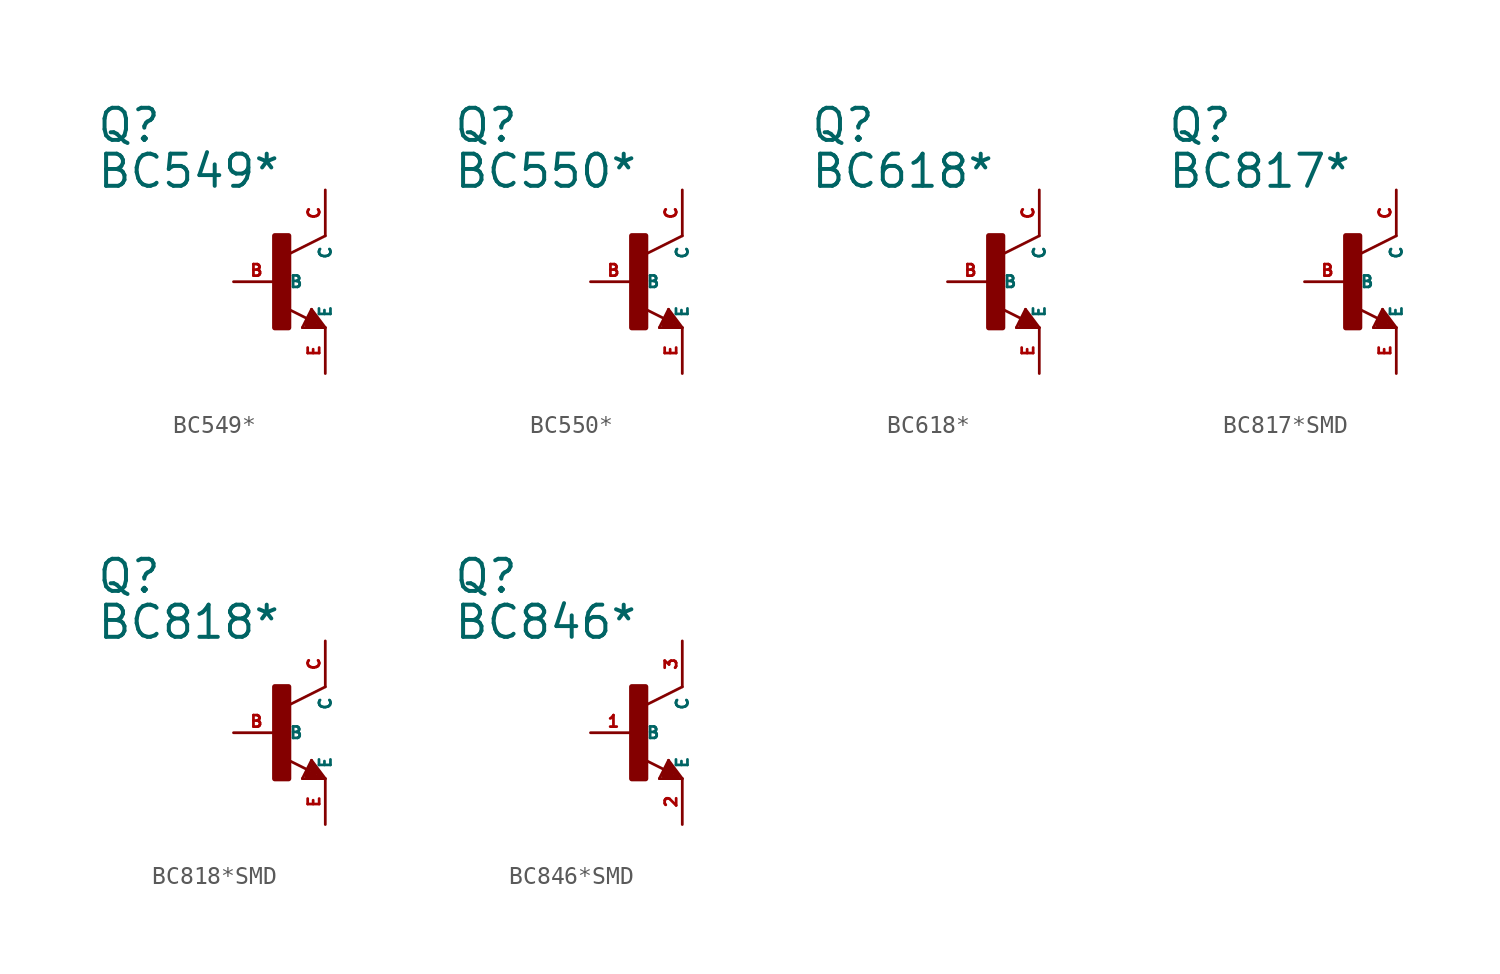
<source format=kicad_sym>
(kicad_symbol_lib
  (version 20220914)
  (generator Eagle2Kicad)
  (symbol "BC549*"
    (property "Reference" "Q"
      (at -10.16 7.62 0)
      (effects (font (size 1.778 1.778) (thickness 0.22)) (justify left bottom)))
    (property "Value" "BC549*"
      (at -10.16 5.08 0)
      (effects (font (size 1.778 1.778) (thickness 0.22)) (justify left bottom)))
    (polyline
      (pts (xy 2.54 2.54) (xy 0.508 1.524))
      (stroke (width 0.152) (type default))
      (fill (type none)))
    (polyline
      (pts (xy 1.778 -1.524) (xy 2.54 -2.54))
      (stroke (width 0.152) (type default))
      (fill (type none)))
    (polyline
      (pts (xy 2.54 -2.54) (xy 1.27 -2.54))
      (stroke (width 0.152) (type default))
      (fill (type none)))
    (polyline
      (pts (xy 1.27 -2.54) (xy 1.778 -1.524))
      (stroke (width 0.152) (type default))
      (fill (type none)))
    (polyline
      (pts (xy 1.54 -2.04) (xy 0.308 -1.424))
      (stroke (width 0.152) (type default))
      (fill (type none)))
    (polyline
      (pts (xy 1.524 -2.413) (xy 2.286 -2.413))
      (stroke (width 0.254) (type default))
      (fill (type none)))
    (polyline
      (pts (xy 2.286 -2.413) (xy 1.778 -1.778))
      (stroke (width 0.254) (type default))
      (fill (type none)))
    (polyline
      (pts (xy 1.778 -1.778) (xy 1.524 -2.286))
      (stroke (width 0.254) (type default))
      (fill (type none)))
    (polyline
      (pts (xy 1.524 -2.286) (xy 1.905 -2.286))
      (stroke (width 0.254) (type default))
      (fill (type none)))
    (polyline
      (pts (xy 1.905 -2.286) (xy 1.778 -2.032))
      (stroke (width 0.254) (type default))
      (fill (type none)))
    (rectangle
      (start -0.254 -2.54)
      (end 0.508 2.54)
      (stroke (width 0.3) (type default))
      (fill (type outline)))
    (pin passive line
      (at -2.54 0 0)
      (length 2.54)
      (name "B" (effects (font (size 0.635 0.635) (thickness 0.08)) (justify left bottom)))
      (number "B" (effects (font (size 0.635 0.635) (thickness 0.08)) (justify left bottom))))
    (pin passive line
      (at 2.54 -5.08 90)
      (length 2.54)
      (name "E" (effects (font (size 0.635 0.635) (thickness 0.08)) (justify left bottom)))
      (number "E" (effects (font (size 0.635 0.635) (thickness 0.08)) (justify left bottom))))
    (pin passive line
      (at 2.54 5.08 270)
      (length 2.54)
      (name "C" (effects (font (size 0.635 0.635) (thickness 0.08)) (justify left bottom)))
      (number "C" (effects (font (size 0.635 0.635) (thickness 0.08)) (justify left bottom)))))
  (symbol "BC550*"
    (property "Reference" "Q"
      (at -10.16 7.62 0)
      (effects (font (size 1.778 1.778) (thickness 0.22)) (justify left bottom)))
    (property "Value" "BC550*"
      (at -10.16 5.08 0)
      (effects (font (size 1.778 1.778) (thickness 0.22)) (justify left bottom)))
    (polyline
      (pts (xy 2.54 2.54) (xy 0.508 1.524))
      (stroke (width 0.152) (type default))
      (fill (type none)))
    (polyline
      (pts (xy 1.778 -1.524) (xy 2.54 -2.54))
      (stroke (width 0.152) (type default))
      (fill (type none)))
    (polyline
      (pts (xy 2.54 -2.54) (xy 1.27 -2.54))
      (stroke (width 0.152) (type default))
      (fill (type none)))
    (polyline
      (pts (xy 1.27 -2.54) (xy 1.778 -1.524))
      (stroke (width 0.152) (type default))
      (fill (type none)))
    (polyline
      (pts (xy 1.54 -2.04) (xy 0.308 -1.424))
      (stroke (width 0.152) (type default))
      (fill (type none)))
    (polyline
      (pts (xy 1.524 -2.413) (xy 2.286 -2.413))
      (stroke (width 0.254) (type default))
      (fill (type none)))
    (polyline
      (pts (xy 2.286 -2.413) (xy 1.778 -1.778))
      (stroke (width 0.254) (type default))
      (fill (type none)))
    (polyline
      (pts (xy 1.778 -1.778) (xy 1.524 -2.286))
      (stroke (width 0.254) (type default))
      (fill (type none)))
    (polyline
      (pts (xy 1.524 -2.286) (xy 1.905 -2.286))
      (stroke (width 0.254) (type default))
      (fill (type none)))
    (polyline
      (pts (xy 1.905 -2.286) (xy 1.778 -2.032))
      (stroke (width 0.254) (type default))
      (fill (type none)))
    (rectangle
      (start -0.254 -2.54)
      (end 0.508 2.54)
      (stroke (width 0.3) (type default))
      (fill (type outline)))
    (pin passive line
      (at -2.54 0 0)
      (length 2.54)
      (name "B" (effects (font (size 0.635 0.635) (thickness 0.08)) (justify left bottom)))
      (number "B" (effects (font (size 0.635 0.635) (thickness 0.08)) (justify left bottom))))
    (pin passive line
      (at 2.54 -5.08 90)
      (length 2.54)
      (name "E" (effects (font (size 0.635 0.635) (thickness 0.08)) (justify left bottom)))
      (number "E" (effects (font (size 0.635 0.635) (thickness 0.08)) (justify left bottom))))
    (pin passive line
      (at 2.54 5.08 270)
      (length 2.54)
      (name "C" (effects (font (size 0.635 0.635) (thickness 0.08)) (justify left bottom)))
      (number "C" (effects (font (size 0.635 0.635) (thickness 0.08)) (justify left bottom)))))
  (symbol "BC618*"
    (property "Reference" "Q"
      (at -10.16 7.62 0)
      (effects (font (size 1.778 1.778) (thickness 0.22)) (justify left bottom)))
    (property "Value" "BC618*"
      (at -10.16 5.08 0)
      (effects (font (size 1.778 1.778) (thickness 0.22)) (justify left bottom)))
    (polyline
      (pts (xy 2.54 2.54) (xy 0.508 1.524))
      (stroke (width 0.152) (type default))
      (fill (type none)))
    (polyline
      (pts (xy 1.778 -1.524) (xy 2.54 -2.54))
      (stroke (width 0.152) (type default))
      (fill (type none)))
    (polyline
      (pts (xy 2.54 -2.54) (xy 1.27 -2.54))
      (stroke (width 0.152) (type default))
      (fill (type none)))
    (polyline
      (pts (xy 1.27 -2.54) (xy 1.778 -1.524))
      (stroke (width 0.152) (type default))
      (fill (type none)))
    (polyline
      (pts (xy 1.54 -2.04) (xy 0.308 -1.424))
      (stroke (width 0.152) (type default))
      (fill (type none)))
    (polyline
      (pts (xy 1.524 -2.413) (xy 2.286 -2.413))
      (stroke (width 0.254) (type default))
      (fill (type none)))
    (polyline
      (pts (xy 2.286 -2.413) (xy 1.778 -1.778))
      (stroke (width 0.254) (type default))
      (fill (type none)))
    (polyline
      (pts (xy 1.778 -1.778) (xy 1.524 -2.286))
      (stroke (width 0.254) (type default))
      (fill (type none)))
    (polyline
      (pts (xy 1.524 -2.286) (xy 1.905 -2.286))
      (stroke (width 0.254) (type default))
      (fill (type none)))
    (polyline
      (pts (xy 1.905 -2.286) (xy 1.778 -2.032))
      (stroke (width 0.254) (type default))
      (fill (type none)))
    (rectangle
      (start -0.254 -2.54)
      (end 0.508 2.54)
      (stroke (width 0.3) (type default))
      (fill (type outline)))
    (pin passive line
      (at -2.54 0 0)
      (length 2.54)
      (name "B" (effects (font (size 0.635 0.635) (thickness 0.08)) (justify left bottom)))
      (number "B" (effects (font (size 0.635 0.635) (thickness 0.08)) (justify left bottom))))
    (pin passive line
      (at 2.54 -5.08 90)
      (length 2.54)
      (name "E" (effects (font (size 0.635 0.635) (thickness 0.08)) (justify left bottom)))
      (number "E" (effects (font (size 0.635 0.635) (thickness 0.08)) (justify left bottom))))
    (pin passive line
      (at 2.54 5.08 270)
      (length 2.54)
      (name "C" (effects (font (size 0.635 0.635) (thickness 0.08)) (justify left bottom)))
      (number "C" (effects (font (size 0.635 0.635) (thickness 0.08)) (justify left bottom)))))
  (symbol "BC817*SMD"
    (property "Reference" "Q"
      (at -10.16 7.62 0)
      (effects (font (size 1.778 1.778) (thickness 0.22)) (justify left bottom)))
    (property "Value" "BC817*"
      (at -10.16 5.08 0)
      (effects (font (size 1.778 1.778) (thickness 0.22)) (justify left bottom)))
    (polyline
      (pts (xy 2.54 2.54) (xy 0.508 1.524))
      (stroke (width 0.152) (type default))
      (fill (type none)))
    (polyline
      (pts (xy 1.778 -1.524) (xy 2.54 -2.54))
      (stroke (width 0.152) (type default))
      (fill (type none)))
    (polyline
      (pts (xy 2.54 -2.54) (xy 1.27 -2.54))
      (stroke (width 0.152) (type default))
      (fill (type none)))
    (polyline
      (pts (xy 1.27 -2.54) (xy 1.778 -1.524))
      (stroke (width 0.152) (type default))
      (fill (type none)))
    (polyline
      (pts (xy 1.54 -2.04) (xy 0.308 -1.424))
      (stroke (width 0.152) (type default))
      (fill (type none)))
    (polyline
      (pts (xy 1.524 -2.413) (xy 2.286 -2.413))
      (stroke (width 0.254) (type default))
      (fill (type none)))
    (polyline
      (pts (xy 2.286 -2.413) (xy 1.778 -1.778))
      (stroke (width 0.254) (type default))
      (fill (type none)))
    (polyline
      (pts (xy 1.778 -1.778) (xy 1.524 -2.286))
      (stroke (width 0.254) (type default))
      (fill (type none)))
    (polyline
      (pts (xy 1.524 -2.286) (xy 1.905 -2.286))
      (stroke (width 0.254) (type default))
      (fill (type none)))
    (polyline
      (pts (xy 1.905 -2.286) (xy 1.778 -2.032))
      (stroke (width 0.254) (type default))
      (fill (type none)))
    (rectangle
      (start -0.254 -2.54)
      (end 0.508 2.54)
      (stroke (width 0.3) (type default))
      (fill (type outline)))
    (pin passive line
      (at -2.54 0 0)
      (length 2.54)
      (name "B" (effects (font (size 0.635 0.635) (thickness 0.08)) (justify left bottom)))
      (number "B" (effects (font (size 0.635 0.635) (thickness 0.08)) (justify left bottom))))
    (pin passive line
      (at 2.54 -5.08 90)
      (length 2.54)
      (name "E" (effects (font (size 0.635 0.635) (thickness 0.08)) (justify left bottom)))
      (number "E" (effects (font (size 0.635 0.635) (thickness 0.08)) (justify left bottom))))
    (pin passive line
      (at 2.54 5.08 270)
      (length 2.54)
      (name "C" (effects (font (size 0.635 0.635) (thickness 0.08)) (justify left bottom)))
      (number "C" (effects (font (size 0.635 0.635) (thickness 0.08)) (justify left bottom)))))
  (symbol "BC818*SMD"
    (property "Reference" "Q"
      (at -10.16 7.62 0)
      (effects (font (size 1.778 1.778) (thickness 0.22)) (justify left bottom)))
    (property "Value" "BC818*"
      (at -10.16 5.08 0)
      (effects (font (size 1.778 1.778) (thickness 0.22)) (justify left bottom)))
    (polyline
      (pts (xy 2.54 2.54) (xy 0.508 1.524))
      (stroke (width 0.152) (type default))
      (fill (type none)))
    (polyline
      (pts (xy 1.778 -1.524) (xy 2.54 -2.54))
      (stroke (width 0.152) (type default))
      (fill (type none)))
    (polyline
      (pts (xy 2.54 -2.54) (xy 1.27 -2.54))
      (stroke (width 0.152) (type default))
      (fill (type none)))
    (polyline
      (pts (xy 1.27 -2.54) (xy 1.778 -1.524))
      (stroke (width 0.152) (type default))
      (fill (type none)))
    (polyline
      (pts (xy 1.54 -2.04) (xy 0.308 -1.424))
      (stroke (width 0.152) (type default))
      (fill (type none)))
    (polyline
      (pts (xy 1.524 -2.413) (xy 2.286 -2.413))
      (stroke (width 0.254) (type default))
      (fill (type none)))
    (polyline
      (pts (xy 2.286 -2.413) (xy 1.778 -1.778))
      (stroke (width 0.254) (type default))
      (fill (type none)))
    (polyline
      (pts (xy 1.778 -1.778) (xy 1.524 -2.286))
      (stroke (width 0.254) (type default))
      (fill (type none)))
    (polyline
      (pts (xy 1.524 -2.286) (xy 1.905 -2.286))
      (stroke (width 0.254) (type default))
      (fill (type none)))
    (polyline
      (pts (xy 1.905 -2.286) (xy 1.778 -2.032))
      (stroke (width 0.254) (type default))
      (fill (type none)))
    (rectangle
      (start -0.254 -2.54)
      (end 0.508 2.54)
      (stroke (width 0.3) (type default))
      (fill (type outline)))
    (pin passive line
      (at -2.54 0 0)
      (length 2.54)
      (name "B" (effects (font (size 0.635 0.635) (thickness 0.08)) (justify left bottom)))
      (number "B" (effects (font (size 0.635 0.635) (thickness 0.08)) (justify left bottom))))
    (pin passive line
      (at 2.54 -5.08 90)
      (length 2.54)
      (name "E" (effects (font (size 0.635 0.635) (thickness 0.08)) (justify left bottom)))
      (number "E" (effects (font (size 0.635 0.635) (thickness 0.08)) (justify left bottom))))
    (pin passive line
      (at 2.54 5.08 270)
      (length 2.54)
      (name "C" (effects (font (size 0.635 0.635) (thickness 0.08)) (justify left bottom)))
      (number "C" (effects (font (size 0.635 0.635) (thickness 0.08)) (justify left bottom)))))
  (symbol "BC846*SMD"
    (property "Reference" "Q"
      (at -10.16 7.62 0)
      (effects (font (size 1.778 1.778) (thickness 0.22)) (justify left bottom)))
    (property "Value" "BC846*"
      (at -10.16 5.08 0)
      (effects (font (size 1.778 1.778) (thickness 0.22)) (justify left bottom)))
    (polyline
      (pts (xy 2.54 2.54) (xy 0.508 1.524))
      (stroke (width 0.152) (type default))
      (fill (type none)))
    (polyline
      (pts (xy 1.778 -1.524) (xy 2.54 -2.54))
      (stroke (width 0.152) (type default))
      (fill (type none)))
    (polyline
      (pts (xy 2.54 -2.54) (xy 1.27 -2.54))
      (stroke (width 0.152) (type default))
      (fill (type none)))
    (polyline
      (pts (xy 1.27 -2.54) (xy 1.778 -1.524))
      (stroke (width 0.152) (type default))
      (fill (type none)))
    (polyline
      (pts (xy 1.54 -2.04) (xy 0.308 -1.424))
      (stroke (width 0.152) (type default))
      (fill (type none)))
    (polyline
      (pts (xy 1.524 -2.413) (xy 2.286 -2.413))
      (stroke (width 0.254) (type default))
      (fill (type none)))
    (polyline
      (pts (xy 2.286 -2.413) (xy 1.778 -1.778))
      (stroke (width 0.254) (type default))
      (fill (type none)))
    (polyline
      (pts (xy 1.778 -1.778) (xy 1.524 -2.286))
      (stroke (width 0.254) (type default))
      (fill (type none)))
    (polyline
      (pts (xy 1.524 -2.286) (xy 1.905 -2.286))
      (stroke (width 0.254) (type default))
      (fill (type none)))
    (polyline
      (pts (xy 1.905 -2.286) (xy 1.778 -2.032))
      (stroke (width 0.254) (type default))
      (fill (type none)))
    (rectangle
      (start -0.254 -2.54)
      (end 0.508 2.54)
      (stroke (width 0.3) (type default))
      (fill (type outline)))
    (pin passive line
      (at -2.54 0 0)
      (length 2.54)
      (name "B" (effects (font (size 0.635 0.635) (thickness 0.08)) (justify left bottom)))
      (number "1" (effects (font (size 0.635 0.635) (thickness 0.08)) (justify left bottom))))
    (pin passive line
      (at 2.54 -5.08 90)
      (length 2.54)
      (name "E" (effects (font (size 0.635 0.635) (thickness 0.08)) (justify left bottom)))
      (number "2" (effects (font (size 0.635 0.635) (thickness 0.08)) (justify left bottom))))
    (pin passive line
      (at 2.54 5.08 270)
      (length 2.54)
      (name "C" (effects (font (size 0.635 0.635) (thickness 0.08)) (justify left bottom)))
      (number "3" (effects (font (size 0.635 0.635) (thickness 0.08)) (justify left bottom))))))
</source>
